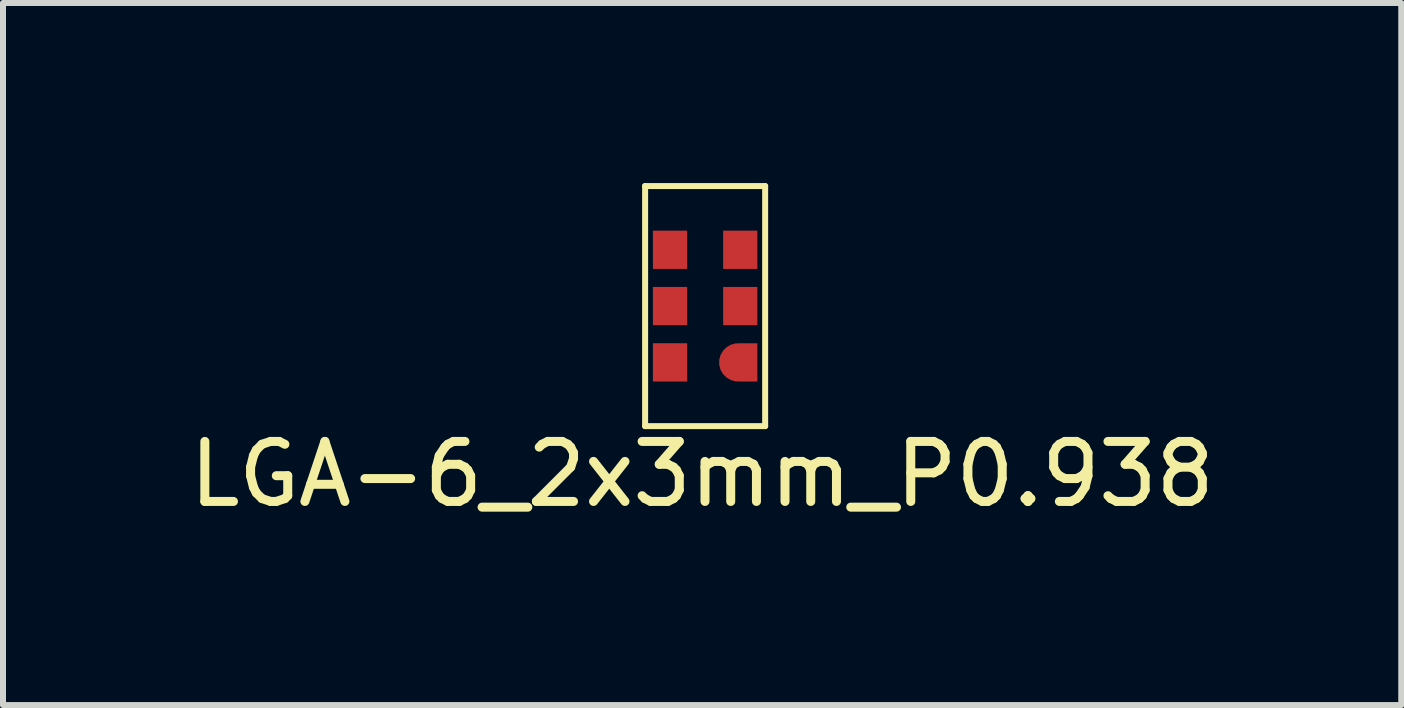
<source format=kicad_pcb>
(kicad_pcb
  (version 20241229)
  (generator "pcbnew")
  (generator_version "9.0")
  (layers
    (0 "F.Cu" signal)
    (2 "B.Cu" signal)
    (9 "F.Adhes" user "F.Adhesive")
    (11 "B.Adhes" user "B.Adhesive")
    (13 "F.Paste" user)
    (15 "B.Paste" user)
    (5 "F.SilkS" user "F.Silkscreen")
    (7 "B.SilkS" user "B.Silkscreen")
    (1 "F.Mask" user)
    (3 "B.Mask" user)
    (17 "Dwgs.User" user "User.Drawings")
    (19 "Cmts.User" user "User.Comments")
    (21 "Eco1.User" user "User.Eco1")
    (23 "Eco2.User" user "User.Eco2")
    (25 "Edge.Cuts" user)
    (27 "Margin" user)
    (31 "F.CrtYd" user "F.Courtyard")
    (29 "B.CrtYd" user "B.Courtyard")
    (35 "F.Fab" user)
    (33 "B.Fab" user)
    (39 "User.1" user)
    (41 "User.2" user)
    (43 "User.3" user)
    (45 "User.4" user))
  (footprint "LGA-6_2x3mm_P0.938"
    (layer "F.Cu")
    (at 8.699 2.05)
    (property "Reference" "LGA-6_2x3mm_P0.938" (at -0.05 2.8 0) (layer "F.SilkS") (effects (font (size 1 1) (thickness 0.15))))
    (attr through_hole)
    (fp_line (start -1 -2) (end 1 -2) (stroke (width 0.1) (type solid)) (layer "F.SilkS"))
    (fp_line (start -1 2) (end -1 -2) (stroke (width 0.1) (type solid)) (layer "F.SilkS"))
    (fp_line (start -1 2) (end 1 2) (stroke (width 0.1) (type solid)) (layer "F.SilkS"))
    (fp_line (start 1 2) (end 1 -2) (stroke (width 0.1) (type solid)) (layer "F.SilkS"))
    (pad "1" smd custom (at 0.585 0.938) (size 0.5 0.45) (layers "F.Cu" "F.Mask" "F.Paste") (options (anchor rect)) (primitives (gr_poly (pts (xy -0.034 -0.319) (xy 0.285 -0.319) (xy 0.285 0.319) (xy -0.034 0.319)) (width 0) (fill yes)) (gr_circle (center -0.034 0) (end 0.285 0) (width 0) (fill yes))))
    (pad "2" smd rect (at 0.585 0) (size 0.57 0.638) (layers "F.Cu" "F.Mask" "F.Paste"))
    (pad "3" smd rect (at 0.585 -0.938) (size 0.57 0.638) (layers "F.Cu" "F.Mask" "F.Paste"))
    (pad "4" smd rect (at -0.585 -0.938) (size 0.57 0.638) (layers "F.Cu" "F.Mask" "F.Paste"))
    (pad "5" smd rect (at -0.585 0) (size 0.57 0.638) (layers "F.Cu" "F.Mask" "F.Paste"))
    (pad "6" smd rect (at -0.585 0.938) (size 0.57 0.638) (layers "F.Cu" "F.Mask" "F.Paste")))
  (gr_rect
    (start -3 -3)
    (end 20.298 8.698)
    (stroke (width 0.1) (type default))
    (fill no)
    (layer "Edge.Cuts")))
</source>
